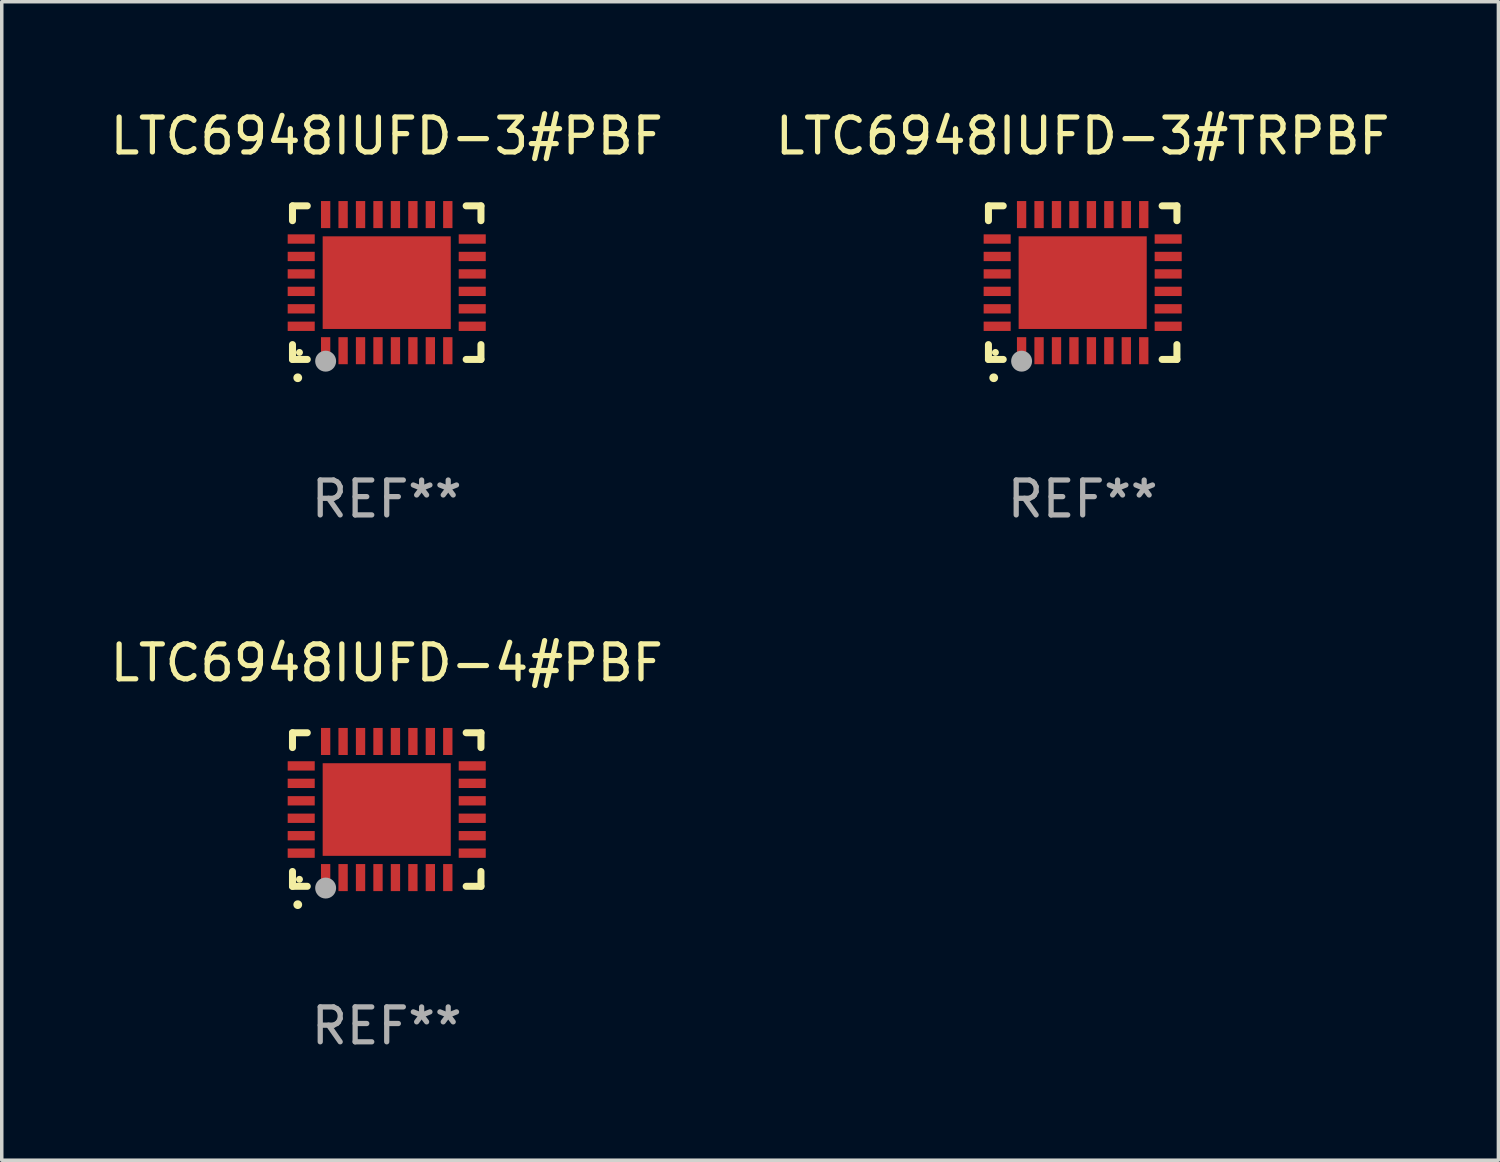
<source format=kicad_pcb>
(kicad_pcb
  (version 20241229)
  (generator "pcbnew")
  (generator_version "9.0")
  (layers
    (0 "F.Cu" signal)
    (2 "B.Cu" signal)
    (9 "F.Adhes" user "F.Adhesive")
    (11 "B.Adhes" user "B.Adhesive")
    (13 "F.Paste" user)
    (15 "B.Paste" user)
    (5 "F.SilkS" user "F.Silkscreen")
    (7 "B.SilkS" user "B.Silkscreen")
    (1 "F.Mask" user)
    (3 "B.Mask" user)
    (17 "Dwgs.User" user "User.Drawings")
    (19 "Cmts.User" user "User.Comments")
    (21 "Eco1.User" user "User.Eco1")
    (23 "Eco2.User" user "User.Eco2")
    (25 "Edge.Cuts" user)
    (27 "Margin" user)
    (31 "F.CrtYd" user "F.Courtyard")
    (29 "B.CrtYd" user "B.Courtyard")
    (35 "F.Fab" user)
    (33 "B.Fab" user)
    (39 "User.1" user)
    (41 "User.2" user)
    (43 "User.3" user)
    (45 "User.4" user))
  (footprint "LTC6948IUFD-4#PBF"
    (layer "F.Cu")
    (at 8.03 20.144)
    (property "Reference" "LTC6948IUFD-4#PBF" (at 0 -4.2 0) (layer "F.SilkS") (effects (font (size 1 1) (thickness 0.15))))
    (attr through_hole)
    (fp_line (start -2.7 -2.2) (end -2.276 -2.2) (stroke (width 0.201) (type solid)) (layer "F.SilkS"))
    (fp_line (start -2.7 -1.775) (end -2.7 -2.2) (stroke (width 0.201) (type solid)) (layer "F.SilkS"))
    (fp_line (start -2.7 2.2) (end -2.7 1.775) (stroke (width 0.201) (type solid)) (layer "F.SilkS"))
    (fp_line (start -2.276 2.2) (end -2.7 2.2) (stroke (width 0.201) (type solid)) (layer "F.SilkS"))
    (fp_line (start 2.276 2.2) (end 2.7 2.2) (stroke (width 0.201) (type solid)) (layer "F.SilkS"))
    (fp_line (start 2.7 -2.2) (end 2.276 -2.2) (stroke (width 0.201) (type solid)) (layer "F.SilkS"))
    (fp_line (start 2.7 -1.775) (end 2.7 -2.2) (stroke (width 0.201) (type solid)) (layer "F.SilkS"))
    (fp_line (start 2.7 2.2) (end 2.7 1.775) (stroke (width 0.201) (type solid)) (layer "F.SilkS"))
    (fp_arc (start -2.550165 2.725425) (mid -2.548895 2.725419) (end -2.547625 2.725425) (stroke (width 0.24892) (type solid)) (layer "F.SilkS"))
    (fp_circle (center -2.5 2) (end -2.45 2) (stroke (width 0.1) (type solid)) (fill no) (layer "F.SilkS"))
    (fp_circle (center -1.75 2.25) (end -1.6 2.25) (stroke (width 0.3) (type solid)) (fill no) (layer "F.Fab"))
    (fp_text user "REF**" (at 0 6.2 0) (layer "F.Fab") (effects (font (size 1 1) (thickness 0.15))))
    (pad "1" smd rect (at -1.75 1.95) (size 0.267 0.775) (layers "F.Cu" "F.Mask" "F.Paste"))
    (pad "2" smd rect (at -1.25 1.95) (size 0.267 0.775) (layers "F.Cu" "F.Mask" "F.Paste"))
    (pad "3" smd rect (at -0.75 1.95) (size 0.267 0.775) (layers "F.Cu" "F.Mask" "F.Paste"))
    (pad "4" smd rect (at -0.25 1.95) (size 0.267 0.775) (layers "F.Cu" "F.Mask" "F.Paste"))
    (pad "5" smd rect (at 0.25 1.95) (size 0.267 0.775) (layers "F.Cu" "F.Mask" "F.Paste"))
    (pad "6" smd rect (at 0.75 1.95) (size 0.267 0.775) (layers "F.Cu" "F.Mask" "F.Paste"))
    (pad "7" smd rect (at 1.25 1.95) (size 0.267 0.775) (layers "F.Cu" "F.Mask" "F.Paste"))
    (pad "8" smd rect (at 1.75 1.95) (size 0.267 0.775) (layers "F.Cu" "F.Mask" "F.Paste"))
    (pad "9" smd rect (at 2.45 1.25) (size 0.775 0.267) (layers "F.Cu" "F.Mask" "F.Paste"))
    (pad "10" smd rect (at 2.45 0.75) (size 0.775 0.267) (layers "F.Cu" "F.Mask" "F.Paste"))
    (pad "11" smd rect (at 2.45 0.25) (size 0.775 0.267) (layers "F.Cu" "F.Mask" "F.Paste"))
    (pad "12" smd rect (at 2.45 -0.25) (size 0.775 0.267) (layers "F.Cu" "F.Mask" "F.Paste"))
    (pad "13" smd rect (at 2.45 -0.75) (size 0.775 0.267) (layers "F.Cu" "F.Mask" "F.Paste"))
    (pad "14" smd rect (at 2.45 -1.25) (size 0.775 0.267) (layers "F.Cu" "F.Mask" "F.Paste"))
    (pad "15" smd rect (at 1.75 -1.95) (size 0.267 0.775) (layers "F.Cu" "F.Mask" "F.Paste"))
    (pad "16" smd rect (at 1.25 -1.95) (size 0.267 0.775) (layers "F.Cu" "F.Mask" "F.Paste"))
    (pad "17" smd rect (at 0.75 -1.95) (size 0.267 0.775) (layers "F.Cu" "F.Mask" "F.Paste"))
    (pad "18" smd rect (at 0.25 -1.95) (size 0.267 0.775) (layers "F.Cu" "F.Mask" "F.Paste"))
    (pad "19" smd rect (at -0.25 -1.95) (size 0.267 0.775) (layers "F.Cu" "F.Mask" "F.Paste"))
    (pad "20" smd rect (at -0.75 -1.95) (size 0.267 0.775) (layers "F.Cu" "F.Mask" "F.Paste"))
    (pad "21" smd rect (at -1.25 -1.95) (size 0.267 0.775) (layers "F.Cu" "F.Mask" "F.Paste"))
    (pad "22" smd rect (at -1.75 -1.95) (size 0.267 0.775) (layers "F.Cu" "F.Mask" "F.Paste"))
    (pad "23" smd rect (at -2.45 -1.25) (size 0.775 0.267) (layers "F.Cu" "F.Mask" "F.Paste"))
    (pad "24" smd rect (at -2.45 -0.75) (size 0.775 0.267) (layers "F.Cu" "F.Mask" "F.Paste"))
    (pad "25" smd rect (at -2.45 -0.25) (size 0.775 0.267) (layers "F.Cu" "F.Mask" "F.Paste"))
    (pad "26" smd rect (at -2.45 0.25) (size 0.775 0.267) (layers "F.Cu" "F.Mask" "F.Paste"))
    (pad "27" smd rect (at -2.45 0.75) (size 0.775 0.267) (layers "F.Cu" "F.Mask" "F.Paste"))
    (pad "28" smd rect (at -2.45 1.25) (size 0.775 0.267) (layers "F.Cu" "F.Mask" "F.Paste"))
    (pad "29" smd rect (at 0.000127 0.000127) (size 3.67 2.654) (layers "F.Cu" "F.Mask" "F.Paste")))
  (footprint "LTC6948IUFD-3#TRPBF"
    (layer "F.Cu")
    (at 27.97 5.048)
    (property "Reference" "LTC6948IUFD-3#TRPBF" (at 0 -4.2 0) (layer "F.SilkS") (effects (font (size 1 1) (thickness 0.15))))
    (attr through_hole)
    (fp_line (start -2.7 -2.2) (end -2.276 -2.2) (stroke (width 0.201) (type solid)) (layer "F.SilkS"))
    (fp_line (start -2.7 -1.775) (end -2.7 -2.2) (stroke (width 0.201) (type solid)) (layer "F.SilkS"))
    (fp_line (start -2.7 2.2) (end -2.7 1.775) (stroke (width 0.201) (type solid)) (layer "F.SilkS"))
    (fp_line (start -2.276 2.2) (end -2.7 2.2) (stroke (width 0.201) (type solid)) (layer "F.SilkS"))
    (fp_line (start 2.276 2.2) (end 2.7 2.2) (stroke (width 0.201) (type solid)) (layer "F.SilkS"))
    (fp_line (start 2.7 -2.2) (end 2.276 -2.2) (stroke (width 0.201) (type solid)) (layer "F.SilkS"))
    (fp_line (start 2.7 -1.775) (end 2.7 -2.2) (stroke (width 0.201) (type solid)) (layer "F.SilkS"))
    (fp_line (start 2.7 2.2) (end 2.7 1.775) (stroke (width 0.201) (type solid)) (layer "F.SilkS"))
    (fp_arc (start -2.550165 2.725425) (mid -2.548895 2.725419) (end -2.547625 2.725425) (stroke (width 0.24892) (type solid)) (layer "F.SilkS"))
    (fp_circle (center -2.5 2) (end -2.45 2) (stroke (width 0.1) (type solid)) (fill no) (layer "F.SilkS"))
    (fp_circle (center -1.75 2.25) (end -1.6 2.25) (stroke (width 0.3) (type solid)) (fill no) (layer "F.Fab"))
    (fp_text user "REF**" (at 0 6.2 0) (layer "F.Fab") (effects (font (size 1 1) (thickness 0.15))))
    (pad "1" smd rect (at -1.75 1.95) (size 0.267 0.775) (layers "F.Cu" "F.Mask" "F.Paste"))
    (pad "2" smd rect (at -1.25 1.95) (size 0.267 0.775) (layers "F.Cu" "F.Mask" "F.Paste"))
    (pad "3" smd rect (at -0.75 1.95) (size 0.267 0.775) (layers "F.Cu" "F.Mask" "F.Paste"))
    (pad "4" smd rect (at -0.25 1.95) (size 0.267 0.775) (layers "F.Cu" "F.Mask" "F.Paste"))
    (pad "5" smd rect (at 0.25 1.95) (size 0.267 0.775) (layers "F.Cu" "F.Mask" "F.Paste"))
    (pad "6" smd rect (at 0.75 1.95) (size 0.267 0.775) (layers "F.Cu" "F.Mask" "F.Paste"))
    (pad "7" smd rect (at 1.25 1.95) (size 0.267 0.775) (layers "F.Cu" "F.Mask" "F.Paste"))
    (pad "8" smd rect (at 1.75 1.95) (size 0.267 0.775) (layers "F.Cu" "F.Mask" "F.Paste"))
    (pad "9" smd rect (at 2.45 1.25) (size 0.775 0.267) (layers "F.Cu" "F.Mask" "F.Paste"))
    (pad "10" smd rect (at 2.45 0.75) (size 0.775 0.267) (layers "F.Cu" "F.Mask" "F.Paste"))
    (pad "11" smd rect (at 2.45 0.25) (size 0.775 0.267) (layers "F.Cu" "F.Mask" "F.Paste"))
    (pad "12" smd rect (at 2.45 -0.25) (size 0.775 0.267) (layers "F.Cu" "F.Mask" "F.Paste"))
    (pad "13" smd rect (at 2.45 -0.75) (size 0.775 0.267) (layers "F.Cu" "F.Mask" "F.Paste"))
    (pad "14" smd rect (at 2.45 -1.25) (size 0.775 0.267) (layers "F.Cu" "F.Mask" "F.Paste"))
    (pad "15" smd rect (at 1.75 -1.95) (size 0.267 0.775) (layers "F.Cu" "F.Mask" "F.Paste"))
    (pad "16" smd rect (at 1.25 -1.95) (size 0.267 0.775) (layers "F.Cu" "F.Mask" "F.Paste"))
    (pad "17" smd rect (at 0.75 -1.95) (size 0.267 0.775) (layers "F.Cu" "F.Mask" "F.Paste"))
    (pad "18" smd rect (at 0.25 -1.95) (size 0.267 0.775) (layers "F.Cu" "F.Mask" "F.Paste"))
    (pad "19" smd rect (at -0.25 -1.95) (size 0.267 0.775) (layers "F.Cu" "F.Mask" "F.Paste"))
    (pad "20" smd rect (at -0.75 -1.95) (size 0.267 0.775) (layers "F.Cu" "F.Mask" "F.Paste"))
    (pad "21" smd rect (at -1.25 -1.95) (size 0.267 0.775) (layers "F.Cu" "F.Mask" "F.Paste"))
    (pad "22" smd rect (at -1.75 -1.95) (size 0.267 0.775) (layers "F.Cu" "F.Mask" "F.Paste"))
    (pad "23" smd rect (at -2.45 -1.25) (size 0.775 0.267) (layers "F.Cu" "F.Mask" "F.Paste"))
    (pad "24" smd rect (at -2.45 -0.75) (size 0.775 0.267) (layers "F.Cu" "F.Mask" "F.Paste"))
    (pad "25" smd rect (at -2.45 -0.25) (size 0.775 0.267) (layers "F.Cu" "F.Mask" "F.Paste"))
    (pad "26" smd rect (at -2.45 0.25) (size 0.775 0.267) (layers "F.Cu" "F.Mask" "F.Paste"))
    (pad "27" smd rect (at -2.45 0.75) (size 0.775 0.267) (layers "F.Cu" "F.Mask" "F.Paste"))
    (pad "28" smd rect (at -2.45 1.25) (size 0.775 0.267) (layers "F.Cu" "F.Mask" "F.Paste"))
    (pad "29" smd rect (at 0.000127 0.000127) (size 3.67 2.654) (layers "F.Cu" "F.Mask" "F.Paste")))
  (footprint "LTC6948IUFD-3#PBF"
    (layer "F.Cu")
    (at 8.03 5.048)
    (property "Reference" "LTC6948IUFD-3#PBF" (at 0 -4.2 0) (layer "F.SilkS") (effects (font (size 1 1) (thickness 0.15))))
    (attr through_hole)
    (fp_line (start -2.7 -2.2) (end -2.276 -2.2) (stroke (width 0.201) (type solid)) (layer "F.SilkS"))
    (fp_line (start -2.7 -1.775) (end -2.7 -2.2) (stroke (width 0.201) (type solid)) (layer "F.SilkS"))
    (fp_line (start -2.7 2.2) (end -2.7 1.775) (stroke (width 0.201) (type solid)) (layer "F.SilkS"))
    (fp_line (start -2.276 2.2) (end -2.7 2.2) (stroke (width 0.201) (type solid)) (layer "F.SilkS"))
    (fp_line (start 2.276 2.2) (end 2.7 2.2) (stroke (width 0.201) (type solid)) (layer "F.SilkS"))
    (fp_line (start 2.7 -2.2) (end 2.276 -2.2) (stroke (width 0.201) (type solid)) (layer "F.SilkS"))
    (fp_line (start 2.7 -1.775) (end 2.7 -2.2) (stroke (width 0.201) (type solid)) (layer "F.SilkS"))
    (fp_line (start 2.7 2.2) (end 2.7 1.775) (stroke (width 0.201) (type solid)) (layer "F.SilkS"))
    (fp_arc (start -2.550165 2.725425) (mid -2.548895 2.725419) (end -2.547625 2.725425) (stroke (width 0.24892) (type solid)) (layer "F.SilkS"))
    (fp_circle (center -2.5 2) (end -2.45 2) (stroke (width 0.1) (type solid)) (fill no) (layer "F.SilkS"))
    (fp_circle (center -1.75 2.25) (end -1.6 2.25) (stroke (width 0.3) (type solid)) (fill no) (layer "F.Fab"))
    (fp_text user "REF**" (at 0 6.2 0) (layer "F.Fab") (effects (font (size 1 1) (thickness 0.15))))
    (pad "1" smd rect (at -1.75 1.95) (size 0.267 0.775) (layers "F.Cu" "F.Mask" "F.Paste"))
    (pad "2" smd rect (at -1.25 1.95) (size 0.267 0.775) (layers "F.Cu" "F.Mask" "F.Paste"))
    (pad "3" smd rect (at -0.75 1.95) (size 0.267 0.775) (layers "F.Cu" "F.Mask" "F.Paste"))
    (pad "4" smd rect (at -0.25 1.95) (size 0.267 0.775) (layers "F.Cu" "F.Mask" "F.Paste"))
    (pad "5" smd rect (at 0.25 1.95) (size 0.267 0.775) (layers "F.Cu" "F.Mask" "F.Paste"))
    (pad "6" smd rect (at 0.75 1.95) (size 0.267 0.775) (layers "F.Cu" "F.Mask" "F.Paste"))
    (pad "7" smd rect (at 1.25 1.95) (size 0.267 0.775) (layers "F.Cu" "F.Mask" "F.Paste"))
    (pad "8" smd rect (at 1.75 1.95) (size 0.267 0.775) (layers "F.Cu" "F.Mask" "F.Paste"))
    (pad "9" smd rect (at 2.45 1.25) (size 0.775 0.267) (layers "F.Cu" "F.Mask" "F.Paste"))
    (pad "10" smd rect (at 2.45 0.75) (size 0.775 0.267) (layers "F.Cu" "F.Mask" "F.Paste"))
    (pad "11" smd rect (at 2.45 0.25) (size 0.775 0.267) (layers "F.Cu" "F.Mask" "F.Paste"))
    (pad "12" smd rect (at 2.45 -0.25) (size 0.775 0.267) (layers "F.Cu" "F.Mask" "F.Paste"))
    (pad "13" smd rect (at 2.45 -0.75) (size 0.775 0.267) (layers "F.Cu" "F.Mask" "F.Paste"))
    (pad "14" smd rect (at 2.45 -1.25) (size 0.775 0.267) (layers "F.Cu" "F.Mask" "F.Paste"))
    (pad "15" smd rect (at 1.75 -1.95) (size 0.267 0.775) (layers "F.Cu" "F.Mask" "F.Paste"))
    (pad "16" smd rect (at 1.25 -1.95) (size 0.267 0.775) (layers "F.Cu" "F.Mask" "F.Paste"))
    (pad "17" smd rect (at 0.75 -1.95) (size 0.267 0.775) (layers "F.Cu" "F.Mask" "F.Paste"))
    (pad "18" smd rect (at 0.25 -1.95) (size 0.267 0.775) (layers "F.Cu" "F.Mask" "F.Paste"))
    (pad "19" smd rect (at -0.25 -1.95) (size 0.267 0.775) (layers "F.Cu" "F.Mask" "F.Paste"))
    (pad "20" smd rect (at -0.75 -1.95) (size 0.267 0.775) (layers "F.Cu" "F.Mask" "F.Paste"))
    (pad "21" smd rect (at -1.25 -1.95) (size 0.267 0.775) (layers "F.Cu" "F.Mask" "F.Paste"))
    (pad "22" smd rect (at -1.75 -1.95) (size 0.267 0.775) (layers "F.Cu" "F.Mask" "F.Paste"))
    (pad "23" smd rect (at -2.45 -1.25) (size 0.775 0.267) (layers "F.Cu" "F.Mask" "F.Paste"))
    (pad "24" smd rect (at -2.45 -0.75) (size 0.775 0.267) (layers "F.Cu" "F.Mask" "F.Paste"))
    (pad "25" smd rect (at -2.45 -0.25) (size 0.775 0.267) (layers "F.Cu" "F.Mask" "F.Paste"))
    (pad "26" smd rect (at -2.45 0.25) (size 0.775 0.267) (layers "F.Cu" "F.Mask" "F.Paste"))
    (pad "27" smd rect (at -2.45 0.75) (size 0.775 0.267) (layers "F.Cu" "F.Mask" "F.Paste"))
    (pad "28" smd rect (at -2.45 1.25) (size 0.775 0.267) (layers "F.Cu" "F.Mask" "F.Paste"))
    (pad "29" smd rect (at 0.000127 0.000127) (size 3.67 2.654) (layers "F.Cu" "F.Mask" "F.Paste")))
  (gr_rect
    (start -3 -3)
    (end 39.881 30.192)
    (stroke (width 0.1) (type default))
    (fill no)
    (layer "Edge.Cuts")))
</source>
